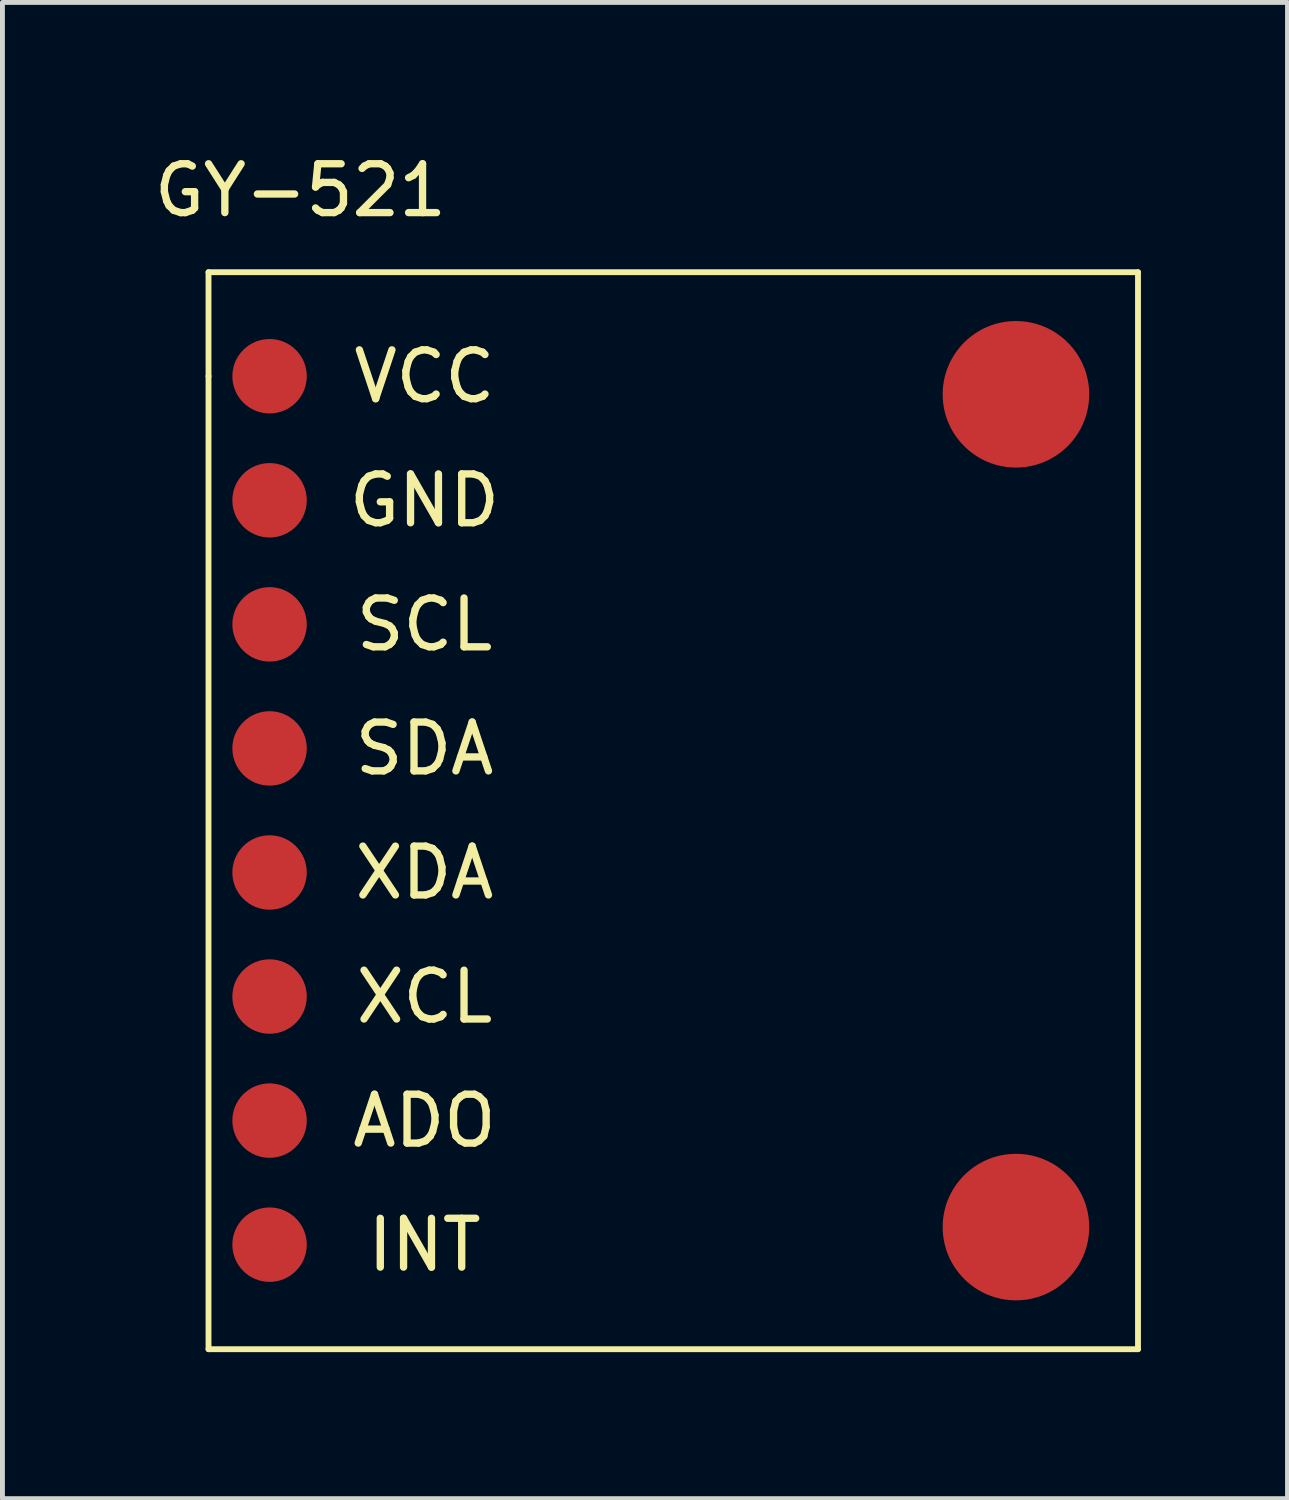
<source format=kicad_pcb>
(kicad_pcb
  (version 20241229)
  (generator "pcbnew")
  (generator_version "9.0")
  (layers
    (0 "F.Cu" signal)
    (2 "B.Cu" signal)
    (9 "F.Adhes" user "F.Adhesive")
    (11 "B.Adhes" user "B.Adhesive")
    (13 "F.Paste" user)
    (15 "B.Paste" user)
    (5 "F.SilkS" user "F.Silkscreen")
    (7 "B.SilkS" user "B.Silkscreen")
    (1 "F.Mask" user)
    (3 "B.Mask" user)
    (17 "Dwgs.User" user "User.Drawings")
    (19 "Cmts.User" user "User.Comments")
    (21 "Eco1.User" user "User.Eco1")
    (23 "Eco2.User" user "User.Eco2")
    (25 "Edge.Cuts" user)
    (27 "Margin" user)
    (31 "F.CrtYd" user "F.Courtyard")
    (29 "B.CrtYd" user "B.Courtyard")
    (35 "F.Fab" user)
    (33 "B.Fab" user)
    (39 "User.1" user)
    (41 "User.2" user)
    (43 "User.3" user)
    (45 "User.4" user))
  (footprint "GY-521"
    (layer "F.Cu")
    (at 10.721 13.548)
    (property "Reference" "GY-521" (at -7.62 -12.7 0) (layer "F.SilkS") (effects (font (size 1 1) (thickness 0.15))))
    (attr through_hole)
    (fp_line (start -9.502 -11.025) (end 9.528 -11.025) (stroke (width 0.12) (type solid)) (layer "F.SilkS"))
    (fp_line (start -9.502 -8.895) (end -9.502 -11.025) (stroke (width 0.12) (type solid)) (layer "F.SilkS"))
    (fp_line (start -9.502 11.025) (end -9.502 -8.895) (stroke (width 0.12) (type solid)) (layer "F.SilkS"))
    (fp_line (start 9.528 -11.025) (end 9.528 11.025) (stroke (width 0.12) (type solid)) (layer "F.SilkS"))
    (fp_line (start 9.528 11.025) (end -9.502 11.025) (stroke (width 0.12) (type solid)) (layer "F.SilkS"))
    (fp_text user "SCL" (at -5.08 -3.81 0) (layer "F.SilkS") (effects (font (size 1 1) (thickness 0.15))))
    (fp_text user "XCL" (at -5.08 3.81 0) (layer "F.SilkS") (effects (font (size 1 1) (thickness 0.15))))
    (fp_text user "SDA" (at -5.08 -1.27 0) (layer "F.SilkS") (effects (font (size 1 1) (thickness 0.15))))
    (fp_text user "ADO" (at -5.08 6.35 0) (layer "F.SilkS") (effects (font (size 1 1) (thickness 0.15))))
    (fp_text user "GND" (at -5.08 -6.35 0) (layer "F.SilkS") (effects (font (size 1 1) (thickness 0.15))))
    (fp_text user "XDA" (at -5.08 1.27 0) (layer "F.SilkS") (effects (font (size 1 1) (thickness 0.15))))
    (fp_text user "INT" (at -5.08 8.89 0) (layer "F.SilkS") (effects (font (size 1 1) (thickness 0.15))))
    (fp_text user "VCC" (at -5.08 -8.89 0) (layer "F.SilkS") (effects (font (size 1 1) (thickness 0.15))))
    (pad "" smd circle (at 7.029 -8.525) (size 3 3) (layers "F.Cu" "F.Mask" "F.Paste"))
    (pad "" smd circle (at 7.029 8.525) (size 3 3) (layers "F.Cu" "F.Mask" "F.Paste"))
    (pad "1" connect circle (at -8.252 -8.895) (size 1.524 1.524) (layers "F.Cu" "F.Mask"))
    (pad "2" connect circle (at -8.252 -6.355) (size 1.524 1.524) (layers "F.Cu" "F.Mask"))
    (pad "3" connect circle (at -8.252 -3.815) (size 1.524 1.524) (layers "F.Cu" "F.Mask"))
    (pad "4" connect circle (at -8.252 -1.275) (size 1.524 1.524) (layers "F.Cu" "F.Mask"))
    (pad "5" connect circle (at -8.252 1.265) (size 1.524 1.524) (layers "F.Cu" "F.Mask"))
    (pad "6" connect circle (at -8.252 3.805) (size 1.524 1.524) (layers "F.Cu" "F.Mask"))
    (pad "7" connect circle (at -8.252 6.345) (size 1.524 1.524) (layers "F.Cu" "F.Mask"))
    (pad "8" connect circle (at -8.252 8.885) (size 1.524 1.524) (layers "F.Cu" "F.Mask")))
  (gr_rect
    (start -3 -3)
    (end 23.31 27.633)
    (stroke (width 0.1) (type default))
    (fill no)
    (layer "Edge.Cuts")))
</source>
